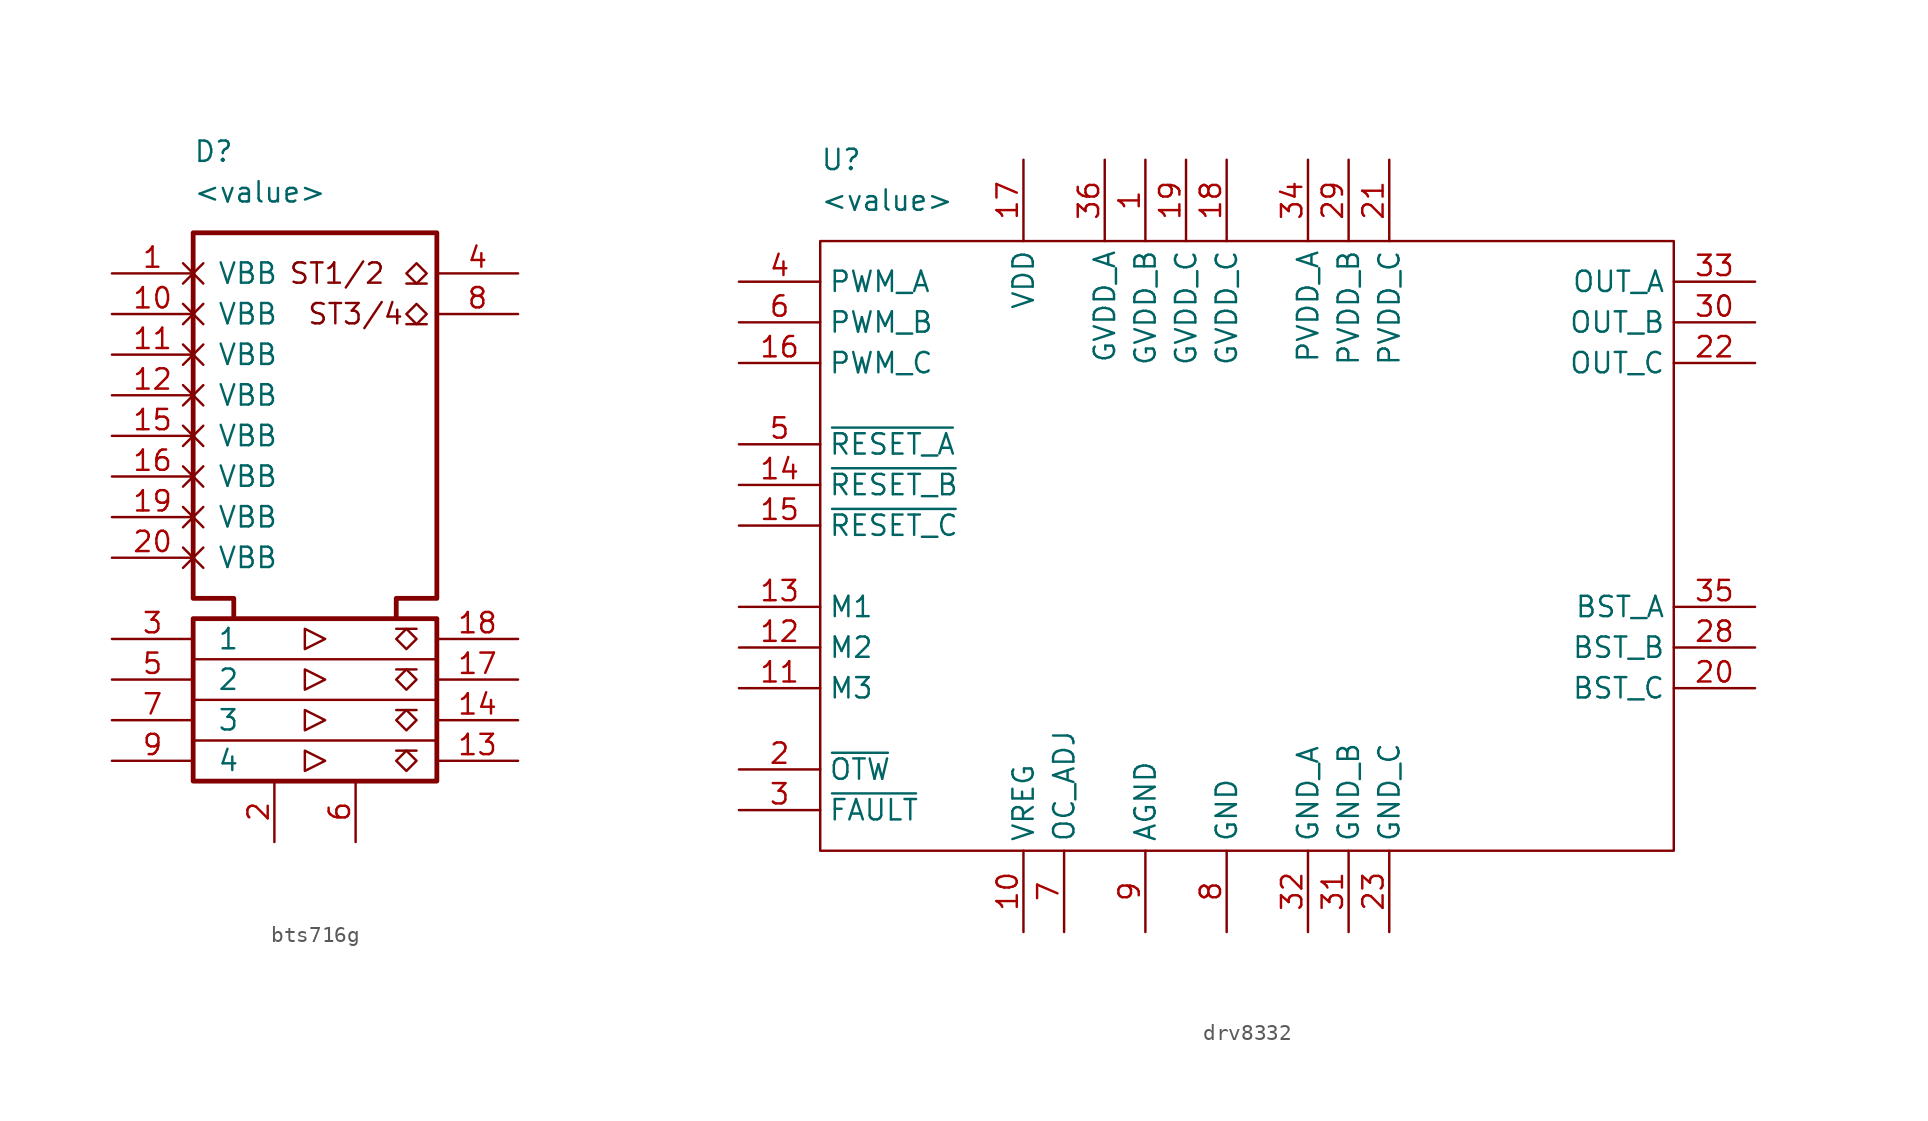
<source format=kicad_sym>
(kicad_symbol_lib
  (version 20231120)
  (generator "kicad_symbol_editor")
  (generator_version "8.0")
  (symbol "bts716g"
    (pin_names
      (offset 1.5))
    (property "Reference" "D"
      (at 0 27.94 0)
      (effects (font (size 1.27 1.27)) (justify left)))
    (property "Value" "<value>"
      (at 0 25.4 0)
      (effects (font (size 1.27 1.27)) (justify left)))
    (symbol "bts716g_0_1"
      (rectangle (start 0 -1.27) (end 15.24 -11.43) (stroke (width 0.3) (type default)) (fill (type none)))
      (polyline (pts (xy 12.7 -9.525) (xy 13.97 -9.525)) (stroke (width 0) (type default)) (fill (type none)))
      (polyline (pts (xy 12.7 -6.985) (xy 13.97 -6.985)) (stroke (width 0) (type default)) (fill (type none)))
      (polyline (pts (xy 12.7 -4.445) (xy 13.97 -4.445)) (stroke (width 0) (type default)) (fill (type none)))
      (polyline (pts (xy 12.7 -1.905) (xy 13.97 -1.905)) (stroke (width 0) (type default)) (fill (type none)))
      (polyline (pts (xy 13.335 17.145) (xy 14.605 17.145)) (stroke (width 0) (type default)) (fill (type none)))
      (polyline (pts (xy 13.335 19.685) (xy 14.605 19.685)) (stroke (width 0) (type default)) (fill (type none)))
      (polyline (pts (xy 15.24 -8.89) (xy 0 -8.89)) (stroke (width 0) (type default)) (fill (type none)))
      (polyline (pts (xy 15.24 -6.35) (xy 0 -6.35)) (stroke (width 0) (type default)) (fill (type none)))
      (polyline (pts (xy 15.24 -3.81) (xy 0 -3.81)) (stroke (width 0) (type default)) (fill (type none)))
      (polyline (pts (xy 6.985 -10.795) (xy 6.985 -9.525) (xy 8.255 -10.16) (xy 6.985 -10.795)) (stroke (width 0) (type default)) (fill (type none)))
      (polyline (pts (xy 6.985 -8.255) (xy 6.985 -6.985) (xy 8.255 -7.62) (xy 6.985 -8.255)) (stroke (width 0) (type default)) (fill (type none)))
      (polyline (pts (xy 6.985 -5.715) (xy 6.985 -4.445) (xy 8.255 -5.08) (xy 6.985 -5.715)) (stroke (width 0) (type default)) (fill (type none)))
      (polyline (pts (xy 6.985 -3.175) (xy 6.985 -1.905) (xy 8.255 -2.54) (xy 6.985 -3.175)) (stroke (width 0) (type default)) (fill (type none)))
      (polyline (pts (xy 13.335 -10.795) (xy 12.7 -10.16) (xy 13.335 -9.525) (xy 13.97 -10.16) (xy 13.335 -10.795)) (stroke (width 0) (type default)) (fill (type none)))
      (polyline (pts (xy 13.335 -8.255) (xy 12.7 -7.62) (xy 13.335 -6.985) (xy 13.97 -7.62) (xy 13.335 -8.255)) (stroke (width 0) (type default)) (fill (type none)))
      (polyline (pts (xy 13.335 -5.715) (xy 12.7 -5.08) (xy 13.335 -4.445) (xy 13.97 -5.08) (xy 13.335 -5.715)) (stroke (width 0) (type default)) (fill (type none)))
      (polyline (pts (xy 13.335 -3.175) (xy 12.7 -2.54) (xy 13.335 -1.905) (xy 13.97 -2.54) (xy 13.335 -3.175)) (stroke (width 0) (type default)) (fill (type none)))
      (polyline (pts (xy 13.97 18.415) (xy 13.335 17.78) (xy 13.97 17.145) (xy 14.605 17.78) (xy 13.97 18.415)) (stroke (width 0) (type default)) (fill (type none)))
      (polyline (pts (xy 13.97 20.955) (xy 13.335 20.32) (xy 13.97 19.685) (xy 14.605 20.32) (xy 13.97 20.955)) (stroke (width 0) (type default)) (fill (type none)))
      (polyline (pts (xy 2.54 -1.27) (xy 2.54 0) (xy 0 0) (xy 0 22.86) (xy 15.24 22.86) (xy 15.24 0) (xy 12.7 0) (xy 12.7 -1.27)) (stroke (width 0.3) (type default)) (fill (type none))))
    (symbol "bts716g_1_1"
      (text "ST1/2" (at 12.065 20.32 0) (effects (font (size 1.27 1.27)) (justify right)))
      (text "ST3/4" (at 10.16 17.78 0) (effects (font (size 1.27 1.27))))
      (pin power_in non_logic (at -5.08 20.32 0) (length 5.08) (name "VBB" (effects (font (size 1.27 1.27)))) (number "1" (effects (font (size 1.27 1.27)))))
      (pin power_in non_logic (at -5.08 17.78 0) (length 5.08) (name "VBB" (effects (font (size 1.27 1.27)))) (number "10" (effects (font (size 1.27 1.27)))))
      (pin power_in non_logic (at -5.08 15.24 0) (length 5.08) (name "VBB" (effects (font (size 1.27 1.27)))) (number "11" (effects (font (size 1.27 1.27)))))
      (pin power_in non_logic (at -5.08 12.7 0) (length 5.08) (name "VBB" (effects (font (size 1.27 1.27)))) (number "12" (effects (font (size 1.27 1.27)))))
      (pin open_emitter line (at 20.32 -10.16 180) (length 5.08) (name "" (effects (font (size 1.27 1.27)))) (number "13" (effects (font (size 1.27 1.27)))))
      (pin open_emitter line (at 20.32 -7.62 180) (length 5.08) (name "" (effects (font (size 1.27 1.27)))) (number "14" (effects (font (size 1.27 1.27)))))
      (pin power_in non_logic (at -5.08 10.16 0) (length 5.08) (name "VBB" (effects (font (size 1.27 1.27)))) (number "15" (effects (font (size 1.27 1.27)))))
      (pin power_in non_logic (at -5.08 7.62 0) (length 5.08) (name "VBB" (effects (font (size 1.27 1.27)))) (number "16" (effects (font (size 1.27 1.27)))))
      (pin open_emitter line (at 20.32 -5.08 180) (length 5.08) (name "" (effects (font (size 1.27 1.27)))) (number "17" (effects (font (size 1.27 1.27)))))
      (pin open_emitter line (at 20.32 -2.54 180) (length 5.08) (name "" (effects (font (size 1.27 1.27)))) (number "18" (effects (font (size 1.27 1.27)))))
      (pin power_in non_logic (at -5.08 5.08 0) (length 5.08) (name "VBB" (effects (font (size 1.27 1.27)))) (number "19" (effects (font (size 1.27 1.27)))))
      (pin power_in line (at 5.08 -15.24 90) (length 3.81) (name "" (effects (font (size 1.27 1.27)))) (number "2" (effects (font (size 1.27 1.27)))))
      (pin power_in non_logic (at -5.08 2.54 0) (length 5.08) (name "VBB" (effects (font (size 1.27 1.27)))) (number "20" (effects (font (size 1.27 1.27)))))
      (pin input line (at -5.08 -2.54 0) (length 5.08) (name "1" (effects (font (size 1.27 1.27)))) (number "3" (effects (font (size 1.27 1.27)))))
      (pin open_collector line (at 20.32 20.32 180) (length 5.08) (name "" (effects (font (size 1.27 1.27)))) (number "4" (effects (font (size 1.27 1.27)))))
      (pin input line (at -5.08 -5.08 0) (length 5.08) (name "2" (effects (font (size 1.27 1.27)))) (number "5" (effects (font (size 1.27 1.27)))))
      (pin power_in line (at 10.16 -15.24 90) (length 3.81) (name "" (effects (font (size 1.27 1.27)))) (number "6" (effects (font (size 1.27 1.27)))))
      (pin input line (at -5.08 -7.62 0) (length 5.08) (name "3" (effects (font (size 1.27 1.27)))) (number "7" (effects (font (size 1.27 1.27)))))
      (pin open_collector line (at 20.32 17.78 180) (length 5.08) (name "" (effects (font (size 1.27 1.27)))) (number "8" (effects (font (size 1.27 1.27)))))
      (pin input line (at -5.08 -10.16 0) (length 5.08) (name "4" (effects (font (size 1.27 1.27)))) (number "9" (effects (font (size 1.27 1.27)))))))
  (symbol "drv8332"
    (property "Reference" "U"
      (at 5.08 5.08 0)
      (effects (font (size 1.27 1.27)) (justify left)))
    (property "Value" "<value>"
      (at 5.08 2.54 0)
      (effects (font (size 1.27 1.27)) (justify left)))
    (symbol "drv8332_0_1"
      (rectangle (start 5.08 0) (end 58.42 -38.1) (stroke (width 0) (type default)) (fill (type none))))
    (symbol "drv8332_1_1"
      (pin power_in line (at 25.4 5.08 270) (length 5.08) (name "GVDD_B" (effects (font (size 1.27 1.27)))) (number "1" (effects (font (size 1.27 1.27)))))
      (pin power_out line (at 17.78 -43.18 90) (length 5.08) (name "VREG" (effects (font (size 1.27 1.27)))) (number "10" (effects (font (size 1.27 1.27)))))
      (pin input line (at 0 -27.94 0) (length 5.08) (name "M3" (effects (font (size 1.27 1.27)))) (number "11" (effects (font (size 1.27 1.27)))))
      (pin input line (at 0 -25.4 0) (length 5.08) (name "M2" (effects (font (size 1.27 1.27)))) (number "12" (effects (font (size 1.27 1.27)))))
      (pin input line (at 0 -22.86 0) (length 5.08) (name "M1" (effects (font (size 1.27 1.27)))) (number "13" (effects (font (size 1.27 1.27)))))
      (pin input line (at 0 -15.24 0) (length 5.08) (name "~{RESET_B}" (effects (font (size 1.27 1.27)))) (number "14" (effects (font (size 1.27 1.27)))))
      (pin input line (at 0 -17.78 0) (length 5.08) (name "~{RESET_C}" (effects (font (size 1.27 1.27)))) (number "15" (effects (font (size 1.27 1.27)))))
      (pin input line (at 0 -7.62 0) (length 5.08) (name "PWM_C" (effects (font (size 1.27 1.27)))) (number "16" (effects (font (size 1.27 1.27)))))
      (pin power_in line (at 17.78 5.08 270) (length 5.08) (name "VDD" (effects (font (size 1.27 1.27)))) (number "17" (effects (font (size 1.27 1.27)))))
      (pin power_in line (at 30.48 5.08 270) (length 5.08) (name "GVDD_C" (effects (font (size 1.27 1.27)))) (number "18" (effects (font (size 1.27 1.27)))))
      (pin power_in line (at 27.94 5.08 270) (length 5.08) (name "GVDD_C" (effects (font (size 1.27 1.27)))) (number "19" (effects (font (size 1.27 1.27)))))
      (pin open_collector line (at 0 -33.02 0) (length 5.08) (name "~{OTW}" (effects (font (size 1.27 1.27)))) (number "2" (effects (font (size 1.27 1.27)))))
      (pin input line (at 63.5 -27.94 180) (length 5.08) (name "BST_C" (effects (font (size 1.27 1.27)))) (number "20" (effects (font (size 1.27 1.27)))))
      (pin power_in line (at 40.64 5.08 270) (length 5.08) (name "PVDD_C" (effects (font (size 1.27 1.27)))) (number "21" (effects (font (size 1.27 1.27)))))
      (pin output line (at 63.5 -7.62 180) (length 5.08) (name "OUT_C" (effects (font (size 1.27 1.27)))) (number "22" (effects (font (size 1.27 1.27)))))
      (pin power_in line (at 40.64 -43.18 90) (length 5.08) (name "GND_C" (effects (font (size 1.27 1.27)))) (number "23" (effects (font (size 1.27 1.27)))))
      (pin input line (at 63.5 -25.4 180) (length 5.08) (name "BST_B" (effects (font (size 1.27 1.27)))) (number "28" (effects (font (size 1.27 1.27)))))
      (pin power_in line (at 38.1 5.08 270) (length 5.08) (name "PVDD_B" (effects (font (size 1.27 1.27)))) (number "29" (effects (font (size 1.27 1.27)))))
      (pin open_collector line (at 0 -35.56 0) (length 5.08) (name "~{FAULT}" (effects (font (size 1.27 1.27)))) (number "3" (effects (font (size 1.27 1.27)))))
      (pin output line (at 63.5 -5.08 180) (length 5.08) (name "OUT_B" (effects (font (size 1.27 1.27)))) (number "30" (effects (font (size 1.27 1.27)))))
      (pin power_in line (at 38.1 -43.18 90) (length 5.08) (name "GND_B" (effects (font (size 1.27 1.27)))) (number "31" (effects (font (size 1.27 1.27)))))
      (pin power_in line (at 35.56 -43.18 90) (length 5.08) (name "GND_A" (effects (font (size 1.27 1.27)))) (number "32" (effects (font (size 1.27 1.27)))))
      (pin output line (at 63.5 -2.54 180) (length 5.08) (name "OUT_A" (effects (font (size 1.27 1.27)))) (number "33" (effects (font (size 1.27 1.27)))))
      (pin power_in line (at 35.56 5.08 270) (length 5.08) (name "PVDD_A" (effects (font (size 1.27 1.27)))) (number "34" (effects (font (size 1.27 1.27)))))
      (pin input line (at 63.5 -22.86 180) (length 5.08) (name "BST_A" (effects (font (size 1.27 1.27)))) (number "35" (effects (font (size 1.27 1.27)))))
      (pin power_in line (at 22.86 5.08 270) (length 5.08) (name "GVDD_A" (effects (font (size 1.27 1.27)))) (number "36" (effects (font (size 1.27 1.27)))))
      (pin input line (at 0 -2.54 0) (length 5.08) (name "PWM_A" (effects (font (size 1.27 1.27)))) (number "4" (effects (font (size 1.27 1.27)))))
      (pin input line (at 0 -12.7 0) (length 5.08) (name "~{RESET_A}" (effects (font (size 1.27 1.27)))) (number "5" (effects (font (size 1.27 1.27)))))
      (pin input line (at 0 -5.08 0) (length 5.08) (name "PWM_B" (effects (font (size 1.27 1.27)))) (number "6" (effects (font (size 1.27 1.27)))))
      (pin output line (at 20.32 -43.18 90) (length 5.08) (name "OC_ADJ" (effects (font (size 1.27 1.27)))) (number "7" (effects (font (size 1.27 1.27)))))
      (pin power_in line (at 30.48 -43.18 90) (length 5.08) (name "GND" (effects (font (size 1.27 1.27)))) (number "8" (effects (font (size 1.27 1.27)))))
      (pin power_out line (at 25.4 -43.18 90) (length 5.08) (name "AGND" (effects (font (size 1.27 1.27)))) (number "9" (effects (font (size 1.27 1.27))))))))
</source>
